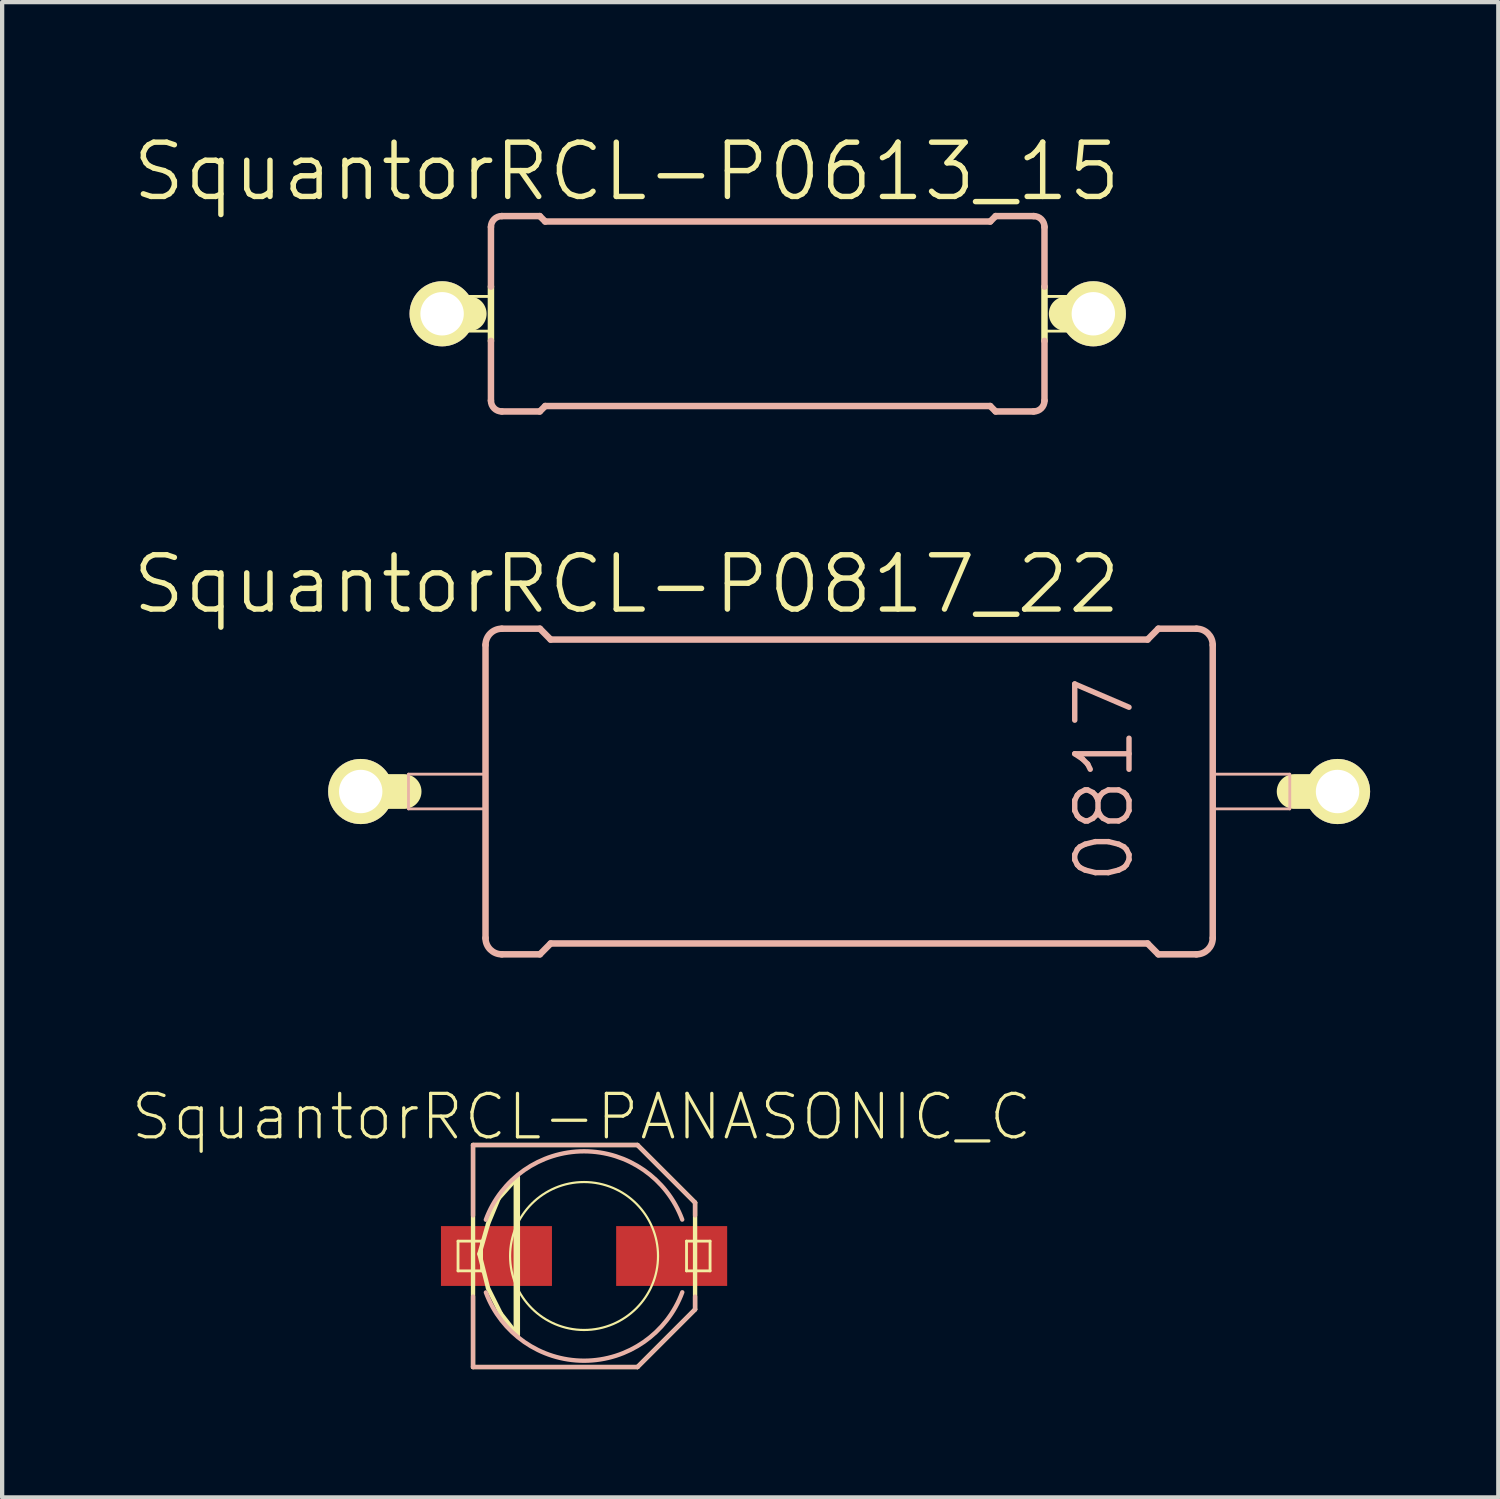
<source format=kicad_pcb>
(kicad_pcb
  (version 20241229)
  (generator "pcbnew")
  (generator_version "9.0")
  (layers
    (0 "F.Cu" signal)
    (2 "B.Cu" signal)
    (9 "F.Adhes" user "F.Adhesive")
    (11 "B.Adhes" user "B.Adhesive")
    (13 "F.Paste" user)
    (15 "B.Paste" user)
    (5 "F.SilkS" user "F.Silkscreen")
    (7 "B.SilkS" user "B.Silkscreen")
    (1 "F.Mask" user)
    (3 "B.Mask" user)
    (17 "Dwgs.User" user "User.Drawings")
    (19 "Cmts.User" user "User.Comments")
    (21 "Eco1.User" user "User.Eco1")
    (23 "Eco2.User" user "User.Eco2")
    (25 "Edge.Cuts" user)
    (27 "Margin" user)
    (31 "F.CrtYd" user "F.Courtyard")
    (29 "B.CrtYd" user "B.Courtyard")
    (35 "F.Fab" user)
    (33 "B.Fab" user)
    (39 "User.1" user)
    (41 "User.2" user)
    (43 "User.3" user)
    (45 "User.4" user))
  (footprint "SquantorRCL-PANASONIC_C"
    (layer "F.Cu")
    (at 10.618 26.343)
    (property "Reference" "SquantorRCL-PANASONIC_C" (at -0.058 -3.256 0) (layer "F.SilkS") (effects (font (size 1.016 1.016) (thickness 0.076))))
    (attr smd)
    (fp_line (start -2.949 -0.348) (end -2.398 -0.348) (stroke (width 0.066) (type solid)) (layer "F.SilkS"))
    (fp_line (start -2.949 0.348) (end -2.949 -0.348) (stroke (width 0.066) (type solid)) (layer "F.SilkS"))
    (fp_line (start -2.949 0.348) (end -2.398 0.348) (stroke (width 0.066) (type solid)) (layer "F.SilkS"))
    (fp_line (start -2.598 -2.598) (end 1.25 -2.598) (stroke (width 0.102) (type solid)) (layer "F.SilkS"))
    (fp_line (start -2.598 2.598) (end -2.598 -2.598) (stroke (width 0.102) (type solid)) (layer "F.SilkS"))
    (fp_line (start -2.449 -0.048) (end -2.248 0.749) (stroke (width 0.102) (type solid)) (layer "F.SilkS"))
    (fp_line (start -2.398 0.348) (end -2.398 -0.348) (stroke (width 0.066) (type solid)) (layer "F.SilkS"))
    (fp_line (start -2.248 -0.749) (end -2.449 -0.048) (stroke (width 0.102) (type solid)) (layer "F.SilkS"))
    (fp_line (start -2.248 0.749) (end -1.948 1.349) (stroke (width 0.102) (type solid)) (layer "F.SilkS"))
    (fp_line (start -1.999 -1.349) (end -2.248 -0.749) (stroke (width 0.102) (type solid)) (layer "F.SilkS"))
    (fp_line (start -1.948 1.349) (end -1.598 1.798) (stroke (width 0.102) (type solid)) (layer "F.SilkS"))
    (fp_line (start -1.598 -1.798) (end -1.999 -1.349) (stroke (width 0.102) (type solid)) (layer "F.SilkS"))
    (fp_line (start -1.598 1.798) (end -1.598 -1.798) (stroke (width 0.102) (type solid)) (layer "F.SilkS"))
    (fp_line (start -1.549 -1.849) (end -1.549 1.849) (stroke (width 0.102) (type solid)) (layer "F.SilkS"))
    (fp_line (start 1.25 -2.598) (end 2.598 -1.25) (stroke (width 0.102) (type solid)) (layer "F.SilkS"))
    (fp_line (start 1.25 2.598) (end -2.598 2.598) (stroke (width 0.102) (type solid)) (layer "F.SilkS"))
    (fp_line (start 2.398 -0.348) (end 2.949 -0.348) (stroke (width 0.066) (type solid)) (layer "F.SilkS"))
    (fp_line (start 2.398 0.348) (end 2.398 -0.348) (stroke (width 0.066) (type solid)) (layer "F.SilkS"))
    (fp_line (start 2.398 0.348) (end 2.949 0.348) (stroke (width 0.066) (type solid)) (layer "F.SilkS"))
    (fp_line (start 2.598 -1.25) (end 2.598 1.25) (stroke (width 0.102) (type solid)) (layer "F.SilkS"))
    (fp_line (start 2.598 1.25) (end 1.25 2.598) (stroke (width 0.102) (type solid)) (layer "F.SilkS"))
    (fp_line (start 2.949 0.348) (end 2.949 -0.348) (stroke (width 0.066) (type solid)) (layer "F.SilkS"))
    (fp_circle (center 0 0) (end -1.224 1.224) (stroke (width 0.051) (type solid)) (fill no) (layer "F.SilkS"))
    (fp_line (start -2.598 -2.598) (end 1.25 -2.598) (stroke (width 0.102) (type solid)) (layer "B.SilkS"))
    (fp_line (start -2.598 -0.95) (end -2.598 -2.598) (stroke (width 0.102) (type solid)) (layer "B.SilkS"))
    (fp_line (start -2.598 2.598) (end -2.598 0.95) (stroke (width 0.102) (type solid)) (layer "B.SilkS"))
    (fp_line (start 1.25 -2.598) (end 2.598 -1.25) (stroke (width 0.102) (type solid)) (layer "B.SilkS"))
    (fp_line (start 1.25 2.598) (end -2.598 2.598) (stroke (width 0.102) (type solid)) (layer "B.SilkS"))
    (fp_line (start 2.598 -1.25) (end 2.598 -0.95) (stroke (width 0.102) (type solid)) (layer "B.SilkS"))
    (fp_line (start 2.598 0.95) (end 2.598 1.25) (stroke (width 0.102) (type solid)) (layer "B.SilkS"))
    (fp_line (start 2.598 1.25) (end 1.25 2.598) (stroke (width 0.102) (type solid)) (layer "B.SilkS"))
    (fp_arc (start -2.2987 -0.84836) (mid -0.001833 -2.450252) (end 2.297428 -0.851799) (stroke (width 0.1016) (type solid)) (layer "B.SilkS"))
    (fp_arc (start 2.2987 0.84836) (mid 0.001833 2.450252) (end -2.297428 0.851799) (stroke (width 0.1016) (type solid)) (layer "B.SilkS"))
    (pad "+" smd rect (at 2.05 0) (size 2.598 1.4) (layers "F.Cu" "F.Mask" "F.Paste"))
    (pad "-" smd rect (at -2.05 0) (size 2.598 1.4) (layers "F.Cu" "F.Mask" "F.Paste")))
  (footprint "SquantorRCL-P0817_22"
    (layer "F.Cu")
    (at 16.821 15.473)
    (property "Reference" "SquantorRCL-P0817_22" (at -5.207 -4.851 0) (layer "F.SilkS") (effects (font (size 1.27 1.27) (thickness 0.127))))
    (attr exclude_from_pos_files exclude_from_bom)
    (fp_line (start -10.414 0) (end -11.43 0) (stroke (width 0.813) (type solid)) (layer "F.SilkS"))
    (fp_line (start 11.43 0) (end 10.414 0) (stroke (width 0.813) (type solid)) (layer "F.SilkS"))
    (fp_line (start -10.312 -0.406) (end -8.509 -0.406) (stroke (width 0.066) (type solid)) (layer "B.SilkS"))
    (fp_line (start -10.312 0.406) (end -10.312 -0.406) (stroke (width 0.066) (type solid)) (layer "B.SilkS"))
    (fp_line (start -10.312 0.406) (end -8.509 0.406) (stroke (width 0.066) (type solid)) (layer "B.SilkS"))
    (fp_line (start -8.509 0.406) (end -8.509 -0.406) (stroke (width 0.066) (type solid)) (layer "B.SilkS"))
    (fp_line (start -8.509 3.429) (end -8.509 -3.429) (stroke (width 0.152) (type solid)) (layer "B.SilkS"))
    (fp_line (start -8.128 -3.81) (end -7.236 -3.81) (stroke (width 0.152) (type solid)) (layer "B.SilkS"))
    (fp_line (start -8.128 3.81) (end -7.236 3.81) (stroke (width 0.152) (type solid)) (layer "B.SilkS"))
    (fp_line (start -6.985 -3.556) (end -7.236 -3.81) (stroke (width 0.152) (type solid)) (layer "B.SilkS"))
    (fp_line (start -6.985 3.556) (end -7.236 3.81) (stroke (width 0.152) (type solid)) (layer "B.SilkS"))
    (fp_line (start 6.985 -3.556) (end -6.985 -3.556) (stroke (width 0.152) (type solid)) (layer "B.SilkS"))
    (fp_line (start 6.985 -3.556) (end 7.236 -3.81) (stroke (width 0.152) (type solid)) (layer "B.SilkS"))
    (fp_line (start 6.985 3.556) (end -6.985 3.556) (stroke (width 0.152) (type solid)) (layer "B.SilkS"))
    (fp_line (start 6.985 3.556) (end 7.236 3.81) (stroke (width 0.152) (type solid)) (layer "B.SilkS"))
    (fp_line (start 8.128 -3.81) (end 7.236 -3.81) (stroke (width 0.152) (type solid)) (layer "B.SilkS"))
    (fp_line (start 8.128 3.81) (end 7.236 3.81) (stroke (width 0.152) (type solid)) (layer "B.SilkS"))
    (fp_line (start 8.509 -0.406) (end 10.312 -0.406) (stroke (width 0.066) (type solid)) (layer "B.SilkS"))
    (fp_line (start 8.509 0.406) (end 8.509 -0.406) (stroke (width 0.066) (type solid)) (layer "B.SilkS"))
    (fp_line (start 8.509 0.406) (end 10.312 0.406) (stroke (width 0.066) (type solid)) (layer "B.SilkS"))
    (fp_line (start 8.509 3.429) (end 8.509 -3.429) (stroke (width 0.152) (type solid)) (layer "B.SilkS"))
    (fp_line (start 10.312 0.406) (end 10.312 -0.406) (stroke (width 0.066) (type solid)) (layer "B.SilkS"))
    (fp_arc (start -8.509 -3.429) (mid -8.397408 -3.698408) (end -8.128 -3.81) (stroke (width 0.1524) (type solid)) (layer "B.SilkS"))
    (fp_arc (start -8.128 3.81) (mid -8.397408 3.698408) (end -8.509 3.429) (stroke (width 0.1524) (type solid)) (layer "B.SilkS"))
    (fp_arc (start 8.128 -3.81) (mid 8.397408 -3.698408) (end 8.509 -3.429) (stroke (width 0.1524) (type solid)) (layer "B.SilkS"))
    (fp_arc (start 8.509 3.429) (mid 8.397408 3.698408) (end 8.128 3.81) (stroke (width 0.1524) (type solid)) (layer "B.SilkS"))
    (fp_text user "0817" (at 5.969 -0.279 90) (layer "B.SilkS") (effects (font (size 1.27 1.27) (thickness 0.127))))
    (pad "1" thru_hole circle (at -11.43 0) (size 1.524 1.524) (drill 1.016) (layers "*.Cu" "F.Mask" "F.SilkS" "F.Paste"))
    (pad "2" thru_hole circle (at 11.43 0) (size 1.524 1.524) (drill 1.016) (layers "*.Cu" "F.Mask" "F.SilkS" "F.Paste")))
  (footprint "SquantorRCL-P0613_15"
    (layer "F.Cu")
    (at 14.916 4.293)
    (property "Reference" "SquantorRCL-P0613_15" (at -3.302 -3.327 0) (layer "F.SilkS") (effects (font (size 1.27 1.27) (thickness 0.127))))
    (attr exclude_from_pos_files exclude_from_bom)
    (fp_line (start -7.62 0) (end -6.985 0) (stroke (width 0.813) (type solid)) (layer "F.SilkS"))
    (fp_line (start -7.036 -0.406) (end -6.477 -0.406) (stroke (width 0.066) (type solid)) (layer "F.SilkS"))
    (fp_line (start -7.036 0.406) (end -7.036 -0.406) (stroke (width 0.066) (type solid)) (layer "F.SilkS"))
    (fp_line (start -7.036 0.406) (end -6.477 0.406) (stroke (width 0.066) (type solid)) (layer "F.SilkS"))
    (fp_line (start -6.477 -0.635) (end -6.477 0.635) (stroke (width 0.152) (type solid)) (layer "F.SilkS"))
    (fp_line (start -6.477 0.406) (end -6.477 -0.406) (stroke (width 0.066) (type solid)) (layer "F.SilkS"))
    (fp_line (start 6.477 -0.406) (end 7.036 -0.406) (stroke (width 0.066) (type solid)) (layer "F.SilkS"))
    (fp_line (start 6.477 0.406) (end 6.477 -0.406) (stroke (width 0.066) (type solid)) (layer "F.SilkS"))
    (fp_line (start 6.477 0.406) (end 7.036 0.406) (stroke (width 0.066) (type solid)) (layer "F.SilkS"))
    (fp_line (start 6.477 0.635) (end 6.477 -0.635) (stroke (width 0.152) (type solid)) (layer "F.SilkS"))
    (fp_line (start 7.036 0.406) (end 7.036 -0.406) (stroke (width 0.066) (type solid)) (layer "F.SilkS"))
    (fp_line (start 7.62 0) (end 6.985 0) (stroke (width 0.813) (type solid)) (layer "F.SilkS"))
    (fp_line (start -6.477 -0.635) (end -6.477 -2.032) (stroke (width 0.152) (type solid)) (layer "B.SilkS"))
    (fp_line (start -6.477 2.032) (end -6.477 0.635) (stroke (width 0.152) (type solid)) (layer "B.SilkS"))
    (fp_line (start -6.223 -2.286) (end -5.334 -2.286) (stroke (width 0.152) (type solid)) (layer "B.SilkS"))
    (fp_line (start -6.223 2.286) (end -5.334 2.286) (stroke (width 0.152) (type solid)) (layer "B.SilkS"))
    (fp_line (start -5.207 -2.159) (end -5.334 -2.286) (stroke (width 0.152) (type solid)) (layer "B.SilkS"))
    (fp_line (start -5.207 2.159) (end -5.334 2.286) (stroke (width 0.152) (type solid)) (layer "B.SilkS"))
    (fp_line (start 5.207 -2.159) (end -5.207 -2.159) (stroke (width 0.152) (type solid)) (layer "B.SilkS"))
    (fp_line (start 5.207 -2.159) (end 5.334 -2.286) (stroke (width 0.152) (type solid)) (layer "B.SilkS"))
    (fp_line (start 5.207 2.159) (end -5.207 2.159) (stroke (width 0.152) (type solid)) (layer "B.SilkS"))
    (fp_line (start 5.207 2.159) (end 5.334 2.286) (stroke (width 0.152) (type solid)) (layer "B.SilkS"))
    (fp_line (start 6.223 -2.286) (end 5.334 -2.286) (stroke (width 0.152) (type solid)) (layer "B.SilkS"))
    (fp_line (start 6.223 2.286) (end 5.334 2.286) (stroke (width 0.152) (type solid)) (layer "B.SilkS"))
    (fp_line (start 6.477 -2.032) (end 6.477 -0.635) (stroke (width 0.152) (type solid)) (layer "B.SilkS"))
    (fp_line (start 6.477 0.635) (end 6.477 2.032) (stroke (width 0.152) (type solid)) (layer "B.SilkS"))
    (fp_arc (start -6.477 -2.032) (mid -6.402605 -2.211605) (end -6.223 -2.286) (stroke (width 0.1524) (type solid)) (layer "B.SilkS"))
    (fp_arc (start -6.223 2.286) (mid -6.402605 2.211605) (end -6.477 2.032) (stroke (width 0.1524) (type solid)) (layer "B.SilkS"))
    (fp_arc (start 6.223 -2.286) (mid 6.402605 -2.211605) (end 6.477 -2.032) (stroke (width 0.1524) (type solid)) (layer "B.SilkS"))
    (fp_arc (start 6.477 2.032) (mid 6.402605 2.211605) (end 6.223 2.286) (stroke (width 0.1524) (type solid)) (layer "B.SilkS"))
    (pad "1" thru_hole circle (at -7.62 0) (size 1.524 1.524) (drill 1.016) (layers "*.Cu" "F.Mask" "F.SilkS" "F.Paste"))
    (pad "2" thru_hole circle (at 7.62 0) (size 1.524 1.524) (drill 1.016) (layers "*.Cu" "F.Mask" "F.SilkS" "F.Paste")))
  (gr_rect
    (start -3 -3)
    (end 32.013 31.992)
    (stroke (width 0.1) (type default))
    (fill no)
    (layer "Edge.Cuts")))
</source>
